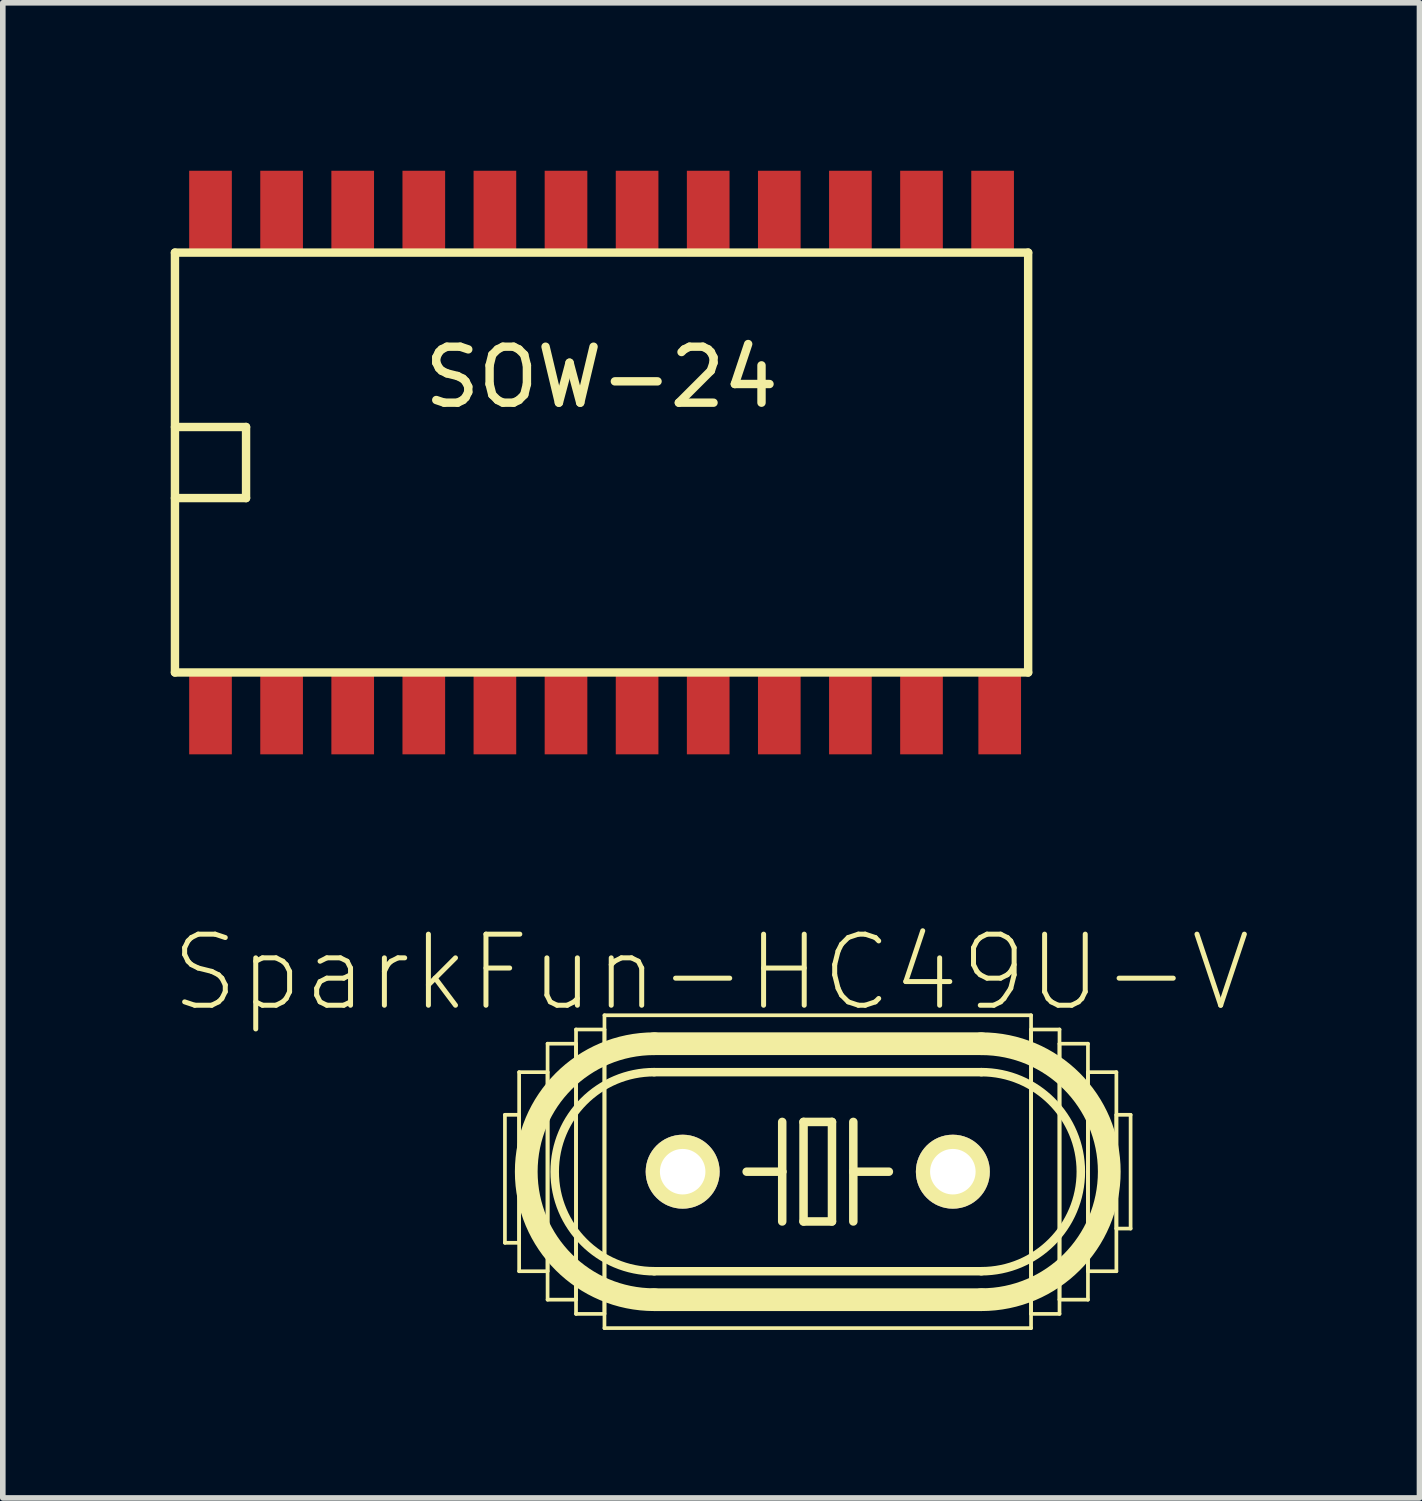
<source format=kicad_pcb>
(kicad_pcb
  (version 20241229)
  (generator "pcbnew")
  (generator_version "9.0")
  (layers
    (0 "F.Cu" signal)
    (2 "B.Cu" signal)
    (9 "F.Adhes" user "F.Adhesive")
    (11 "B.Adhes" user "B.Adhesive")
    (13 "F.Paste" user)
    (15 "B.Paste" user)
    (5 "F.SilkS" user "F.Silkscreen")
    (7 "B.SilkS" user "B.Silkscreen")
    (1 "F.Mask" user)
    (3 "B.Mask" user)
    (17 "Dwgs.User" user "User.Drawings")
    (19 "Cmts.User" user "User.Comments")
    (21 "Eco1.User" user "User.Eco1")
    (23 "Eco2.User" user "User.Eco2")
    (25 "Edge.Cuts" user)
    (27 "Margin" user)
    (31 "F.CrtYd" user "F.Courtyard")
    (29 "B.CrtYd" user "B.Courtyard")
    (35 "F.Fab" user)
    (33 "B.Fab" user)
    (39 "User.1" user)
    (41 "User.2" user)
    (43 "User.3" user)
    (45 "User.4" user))
  (footprint "SparkFun-HC49U-V"
    (layer "F.Cu")
    (at 11.557 17.879)
    (property "Reference" "SparkFun-HC49U-V" (at -1.905 -3.556 0) (layer "F.SilkS") (effects (font (size 1.27 1.27) (thickness 0.089))))
    (attr exclude_from_pos_files exclude_from_bom)
    (fp_line (start -5.588 -1.016) (end -5.334 -1.016) (stroke (width 0.066) (type solid)) (layer "F.SilkS"))
    (fp_line (start -5.588 1.27) (end -5.588 -1.016) (stroke (width 0.066) (type solid)) (layer "F.SilkS"))
    (fp_line (start -5.588 1.27) (end -5.334 1.27) (stroke (width 0.066) (type solid)) (layer "F.SilkS"))
    (fp_line (start -5.334 -1.778) (end -4.826 -1.778) (stroke (width 0.066) (type solid)) (layer "F.SilkS"))
    (fp_line (start -5.334 1.27) (end -5.334 -1.016) (stroke (width 0.066) (type solid)) (layer "F.SilkS"))
    (fp_line (start -5.334 1.778) (end -5.334 -1.778) (stroke (width 0.066) (type solid)) (layer "F.SilkS"))
    (fp_line (start -5.334 1.778) (end -4.826 1.778) (stroke (width 0.066) (type solid)) (layer "F.SilkS"))
    (fp_line (start -4.826 -2.286) (end -4.318 -2.286) (stroke (width 0.066) (type solid)) (layer "F.SilkS"))
    (fp_line (start -4.826 1.778) (end -4.826 -1.778) (stroke (width 0.066) (type solid)) (layer "F.SilkS"))
    (fp_line (start -4.826 2.286) (end -4.826 -2.286) (stroke (width 0.066) (type solid)) (layer "F.SilkS"))
    (fp_line (start -4.826 2.286) (end -4.318 2.286) (stroke (width 0.066) (type solid)) (layer "F.SilkS"))
    (fp_line (start -4.318 -2.54) (end -3.81 -2.54) (stroke (width 0.066) (type solid)) (layer "F.SilkS"))
    (fp_line (start -4.318 2.286) (end -4.318 -2.286) (stroke (width 0.066) (type solid)) (layer "F.SilkS"))
    (fp_line (start -4.318 2.54) (end -4.318 -2.54) (stroke (width 0.066) (type solid)) (layer "F.SilkS"))
    (fp_line (start -4.318 2.54) (end -3.81 2.54) (stroke (width 0.066) (type solid)) (layer "F.SilkS"))
    (fp_line (start -3.81 -2.794) (end 3.81 -2.794) (stroke (width 0.066) (type solid)) (layer "F.SilkS"))
    (fp_line (start -3.81 2.54) (end -3.81 -2.54) (stroke (width 0.066) (type solid)) (layer "F.SilkS"))
    (fp_line (start -3.81 2.794) (end -3.81 -2.794) (stroke (width 0.066) (type solid)) (layer "F.SilkS"))
    (fp_line (start -3.81 2.794) (end 3.81 2.794) (stroke (width 0.066) (type solid)) (layer "F.SilkS"))
    (fp_line (start -2.921 -2.286) (end 2.921 -2.286) (stroke (width 0.406) (type solid)) (layer "F.SilkS"))
    (fp_line (start -2.921 1.778) (end 2.921 1.778) (stroke (width 0.152) (type solid)) (layer "F.SilkS"))
    (fp_line (start -2.921 2.286) (end 2.921 2.286) (stroke (width 0.406) (type solid)) (layer "F.SilkS"))
    (fp_line (start -0.635 -0.889) (end -0.635 0) (stroke (width 0.152) (type solid)) (layer "F.SilkS"))
    (fp_line (start -0.635 0) (end -1.27 0) (stroke (width 0.152) (type solid)) (layer "F.SilkS"))
    (fp_line (start -0.635 0) (end -0.635 0.889) (stroke (width 0.152) (type solid)) (layer "F.SilkS"))
    (fp_line (start -0.254 -0.889) (end 0.254 -0.889) (stroke (width 0.152) (type solid)) (layer "F.SilkS"))
    (fp_line (start -0.254 0.889) (end -0.254 -0.889) (stroke (width 0.152) (type solid)) (layer "F.SilkS"))
    (fp_line (start 0.254 -0.889) (end 0.254 0.889) (stroke (width 0.152) (type solid)) (layer "F.SilkS"))
    (fp_line (start 0.254 0.889) (end -0.254 0.889) (stroke (width 0.152) (type solid)) (layer "F.SilkS"))
    (fp_line (start 0.635 -0.889) (end 0.635 0) (stroke (width 0.152) (type solid)) (layer "F.SilkS"))
    (fp_line (start 0.635 0) (end 0.635 0.889) (stroke (width 0.152) (type solid)) (layer "F.SilkS"))
    (fp_line (start 0.635 0) (end 1.27 0) (stroke (width 0.152) (type solid)) (layer "F.SilkS"))
    (fp_line (start 2.921 -1.778) (end -2.921 -1.778) (stroke (width 0.152) (type solid)) (layer "F.SilkS"))
    (fp_line (start 3.81 -2.54) (end 4.318 -2.54) (stroke (width 0.066) (type solid)) (layer "F.SilkS"))
    (fp_line (start 3.81 2.54) (end 3.81 -2.54) (stroke (width 0.066) (type solid)) (layer "F.SilkS"))
    (fp_line (start 3.81 2.54) (end 4.318 2.54) (stroke (width 0.066) (type solid)) (layer "F.SilkS"))
    (fp_line (start 3.81 2.794) (end 3.81 -2.794) (stroke (width 0.066) (type solid)) (layer "F.SilkS"))
    (fp_line (start 4.318 -2.286) (end 4.826 -2.286) (stroke (width 0.066) (type solid)) (layer "F.SilkS"))
    (fp_line (start 4.318 2.286) (end 4.318 -2.286) (stroke (width 0.066) (type solid)) (layer "F.SilkS"))
    (fp_line (start 4.318 2.286) (end 4.826 2.286) (stroke (width 0.066) (type solid)) (layer "F.SilkS"))
    (fp_line (start 4.318 2.54) (end 4.318 -2.54) (stroke (width 0.066) (type solid)) (layer "F.SilkS"))
    (fp_line (start 4.826 -1.778) (end 5.334 -1.778) (stroke (width 0.066) (type solid)) (layer "F.SilkS"))
    (fp_line (start 4.826 1.778) (end 4.826 -1.778) (stroke (width 0.066) (type solid)) (layer "F.SilkS"))
    (fp_line (start 4.826 1.778) (end 5.334 1.778) (stroke (width 0.066) (type solid)) (layer "F.SilkS"))
    (fp_line (start 4.826 2.286) (end 4.826 -2.286) (stroke (width 0.066) (type solid)) (layer "F.SilkS"))
    (fp_line (start 5.334 -1.016) (end 5.588 -1.016) (stroke (width 0.066) (type solid)) (layer "F.SilkS"))
    (fp_line (start 5.334 1.016) (end 5.334 -1.016) (stroke (width 0.066) (type solid)) (layer "F.SilkS"))
    (fp_line (start 5.334 1.016) (end 5.588 1.016) (stroke (width 0.066) (type solid)) (layer "F.SilkS"))
    (fp_line (start 5.334 1.778) (end 5.334 -1.778) (stroke (width 0.066) (type solid)) (layer "F.SilkS"))
    (fp_line (start 5.588 1.016) (end 5.588 -1.016) (stroke (width 0.066) (type solid)) (layer "F.SilkS"))
    (fp_arc (start -2.921 1.778) (mid -4.699 0) (end -2.921 -1.778) (stroke (width 0.1524) (type solid)) (layer "F.SilkS"))
    (fp_arc (start -2.921 2.286) (mid -5.207 0) (end -2.921 -2.286) (stroke (width 0.4064) (type solid)) (layer "F.SilkS"))
    (fp_arc (start 2.921 -2.286) (mid 5.207 0) (end 2.921 2.286) (stroke (width 0.4064) (type solid)) (layer "F.SilkS"))
    (fp_arc (start 2.921 -1.778) (mid 4.699 0) (end 2.921 1.778) (stroke (width 0.1524) (type solid)) (layer "F.SilkS"))
    (pad "1" thru_hole circle (at -2.413 0) (size 1.321 1.321) (drill 0.813) (layers "*.Cu" "F.Mask" "F.SilkS" "F.Paste"))
    (pad "2" thru_hole circle (at 2.413 0) (size 1.321 1.321) (drill 0.813) (layers "*.Cu" "F.Mask" "F.SilkS" "F.Paste")))
  (footprint "SOW-24"
    (layer "F.Cu")
    (at 7.695 5.212)
    (property "Reference" "SOW-24" (at 0 -1.524 0) (layer "F.SilkS") (effects (font (size 1 1) (thickness 0.15))))
    (attr smd)
    (fp_line (start -7.62 -3.75) (end -7.62 3.75) (stroke (width 0.15) (type solid)) (layer "F.SilkS"))
    (fp_line (start -7.62 -0.635) (end -6.35 -0.635) (stroke (width 0.15) (type solid)) (layer "F.SilkS"))
    (fp_line (start -7.62 3.75) (end 7.62 3.75) (stroke (width 0.15) (type solid)) (layer "F.SilkS"))
    (fp_line (start -6.35 -0.635) (end -6.35 0.635) (stroke (width 0.15) (type solid)) (layer "F.SilkS"))
    (fp_line (start -6.35 0.635) (end -7.62 0.635) (stroke (width 0.15) (type solid)) (layer "F.SilkS"))
    (fp_line (start 7.62 -3.75) (end -7.62 -3.75) (stroke (width 0.15) (type solid)) (layer "F.SilkS"))
    (fp_line (start 7.62 -3.75) (end 7.62 3.75) (stroke (width 0.15) (type solid)) (layer "F.SilkS"))
    (pad "1" smd rect (at -6.985 4.45) (size 0.762 1.524) (layers "F.Cu" "F.Mask" "F.Paste"))
    (pad "2" smd rect (at -5.715 4.45) (size 0.762 1.524) (layers "F.Cu" "F.Mask" "F.Paste"))
    (pad "3" smd rect (at -4.445 4.45) (size 0.762 1.524) (layers "F.Cu" "F.Mask" "F.Paste"))
    (pad "4" smd rect (at -3.175 4.45) (size 0.762 1.524) (layers "F.Cu" "F.Mask" "F.Paste"))
    (pad "5" smd rect (at -1.905 4.45) (size 0.762 1.524) (layers "F.Cu" "F.Mask" "F.Paste"))
    (pad "6" smd rect (at -0.635 4.45) (size 0.762 1.524) (layers "F.Cu" "F.Mask" "F.Paste"))
    (pad "7" smd rect (at 0.635 4.45) (size 0.762 1.524) (layers "F.Cu" "F.Mask" "F.Paste"))
    (pad "8" smd rect (at 1.905 4.45) (size 0.762 1.524) (layers "F.Cu" "F.Mask" "F.Paste"))
    (pad "9" smd rect (at 3.175 4.45) (size 0.762 1.524) (layers "F.Cu" "F.Mask" "F.Paste"))
    (pad "10" smd rect (at 4.445 4.45) (size 0.762 1.524) (layers "F.Cu" "F.Mask" "F.Paste"))
    (pad "11" smd rect (at 5.715 4.45) (size 0.762 1.524) (layers "F.Cu" "F.Mask" "F.Paste"))
    (pad "12" smd rect (at 7.112 4.45) (size 0.762 1.524) (layers "F.Cu" "F.Mask" "F.Paste"))
    (pad "13" smd rect (at 6.985 -4.45) (size 0.762 1.524) (layers "F.Cu" "F.Mask" "F.Paste"))
    (pad "14" smd rect (at 5.715 -4.45) (size 0.762 1.524) (layers "F.Cu" "F.Mask" "F.Paste"))
    (pad "15" smd rect (at 4.445 -4.45) (size 0.762 1.524) (layers "F.Cu" "F.Mask" "F.Paste"))
    (pad "16" smd rect (at 3.175 -4.45) (size 0.762 1.524) (layers "F.Cu" "F.Mask" "F.Paste"))
    (pad "17" smd rect (at 1.905 -4.45) (size 0.762 1.524) (layers "F.Cu" "F.Mask" "F.Paste"))
    (pad "18" smd rect (at 0.635 -4.45) (size 0.762 1.524) (layers "F.Cu" "F.Mask" "F.Paste"))
    (pad "19" smd rect (at -0.635 -4.45) (size 0.762 1.524) (layers "F.Cu" "F.Mask" "F.Paste"))
    (pad "20" smd rect (at -1.905 -4.45) (size 0.762 1.524) (layers "F.Cu" "F.Mask" "F.Paste"))
    (pad "21" smd rect (at -3.175 -4.45) (size 0.762 1.524) (layers "F.Cu" "F.Mask" "F.Paste"))
    (pad "22" smd rect (at -4.445 -4.45) (size 0.762 1.524) (layers "F.Cu" "F.Mask" "F.Paste"))
    (pad "23" smd rect (at -5.715 -4.45) (size 0.762 1.524) (layers "F.Cu" "F.Mask" "F.Paste"))
    (pad "24" smd rect (at -6.985 -4.45) (size 0.762 1.524) (layers "F.Cu" "F.Mask" "F.Paste")))
  (gr_rect
    (start -3 -3)
    (end 22.305 23.706)
    (stroke (width 0.1) (type default))
    (fill no)
    (layer "Edge.Cuts")))
</source>
